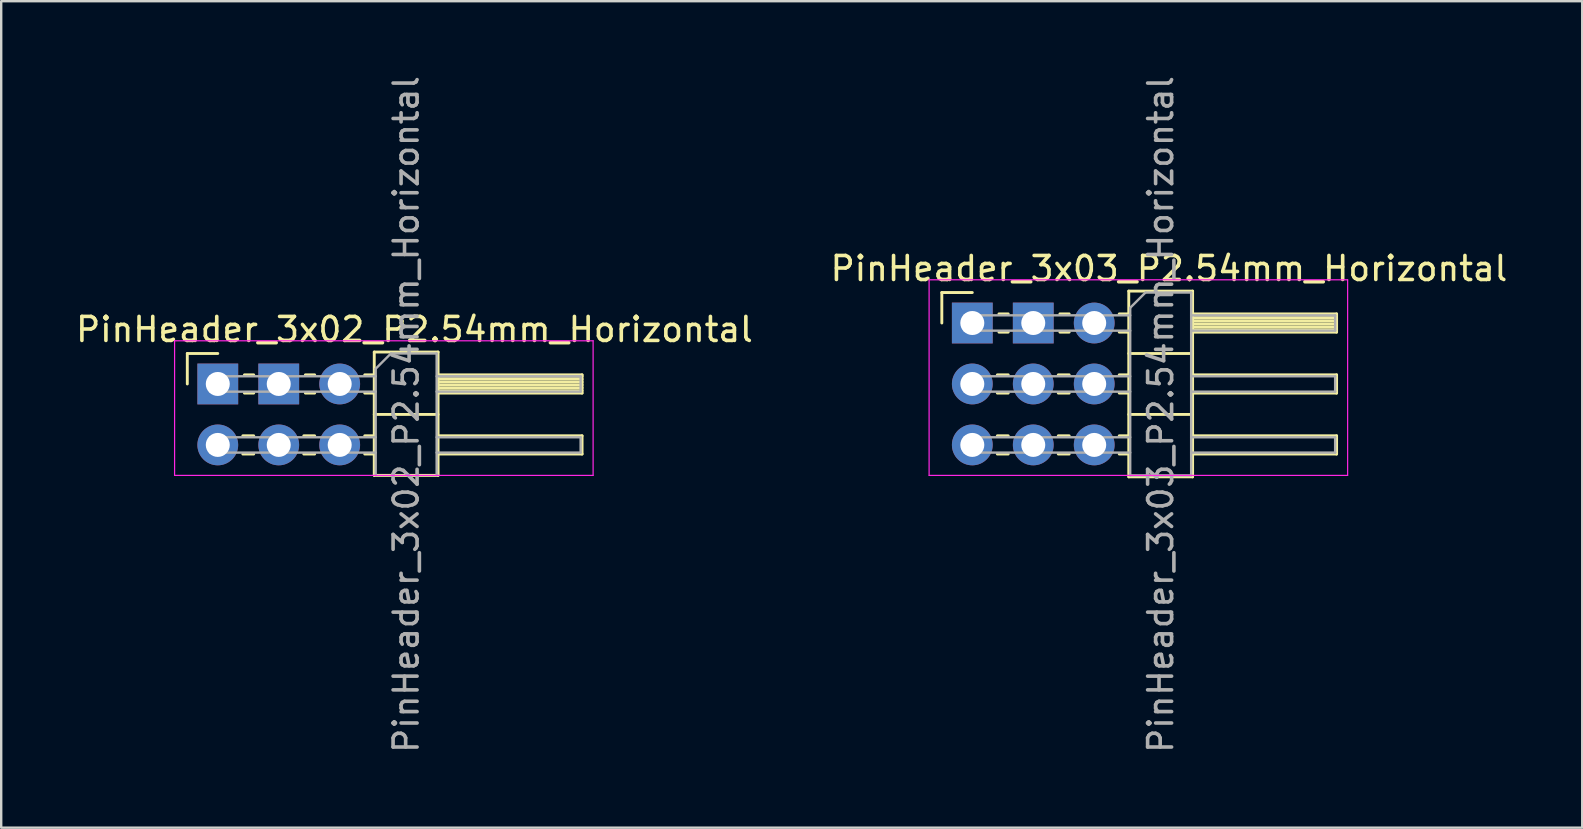
<source format=kicad_pcb>
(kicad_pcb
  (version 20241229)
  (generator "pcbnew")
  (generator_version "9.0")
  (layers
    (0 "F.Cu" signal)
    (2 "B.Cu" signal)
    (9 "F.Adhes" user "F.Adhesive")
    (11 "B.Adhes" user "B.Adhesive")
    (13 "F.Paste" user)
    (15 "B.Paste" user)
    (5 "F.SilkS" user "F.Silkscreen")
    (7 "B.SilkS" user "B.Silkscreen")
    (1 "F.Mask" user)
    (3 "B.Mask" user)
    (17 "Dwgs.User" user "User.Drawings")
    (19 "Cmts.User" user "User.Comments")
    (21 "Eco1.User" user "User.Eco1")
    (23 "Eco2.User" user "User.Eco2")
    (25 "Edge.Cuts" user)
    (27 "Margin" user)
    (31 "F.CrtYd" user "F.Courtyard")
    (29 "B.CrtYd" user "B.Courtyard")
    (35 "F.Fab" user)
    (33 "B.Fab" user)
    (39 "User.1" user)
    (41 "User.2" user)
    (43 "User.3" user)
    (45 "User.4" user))
  (footprint "PinHeader_3x03_P2.54mm_Horizontal"
    (layer "F.Cu")
    (at 37.466 10.41)
    (property "Reference" "PinHeader_3x03_P2.54mm_Horizontal" (at 8.195 -2.27 0) (layer "F.SilkS") (effects (font (size 1 1) (thickness 0.15))))
    (attr through_hole)
    (fp_line (start -1.27 -1.27) (end 0 -1.27) (stroke (width 0.12) (type solid)) (layer "F.SilkS"))
    (fp_line (start -1.27 0) (end -1.27 -1.27) (stroke (width 0.12) (type solid)) (layer "F.SilkS"))
    (fp_line (start 1.043 2.16) (end 1.497 2.16) (stroke (width 0.12) (type solid)) (layer "F.SilkS"))
    (fp_line (start 1.043 2.92) (end 1.497 2.92) (stroke (width 0.12) (type solid)) (layer "F.SilkS"))
    (fp_line (start 1.043 4.7) (end 1.497 4.7) (stroke (width 0.12) (type solid)) (layer "F.SilkS"))
    (fp_line (start 1.043 5.46) (end 1.497 5.46) (stroke (width 0.12) (type solid)) (layer "F.SilkS"))
    (fp_line (start 1.11 -0.38) (end 1.497 -0.38) (stroke (width 0.12) (type solid)) (layer "F.SilkS"))
    (fp_line (start 1.11 0.38) (end 1.497 0.38) (stroke (width 0.12) (type solid)) (layer "F.SilkS"))
    (fp_line (start 3.583 2.16) (end 4.037 2.16) (stroke (width 0.12) (type solid)) (layer "F.SilkS"))
    (fp_line (start 3.583 2.92) (end 4.037 2.92) (stroke (width 0.12) (type solid)) (layer "F.SilkS"))
    (fp_line (start 3.583 4.7) (end 4.037 4.7) (stroke (width 0.12) (type solid)) (layer "F.SilkS"))
    (fp_line (start 3.583 5.46) (end 4.037 5.46) (stroke (width 0.12) (type solid)) (layer "F.SilkS"))
    (fp_line (start 3.65 -0.38) (end 4.037 -0.38) (stroke (width 0.12) (type solid)) (layer "F.SilkS"))
    (fp_line (start 3.65 0.38) (end 4.037 0.38) (stroke (width 0.12) (type solid)) (layer "F.SilkS"))
    (fp_line (start 6.123 -0.38) (end 6.52 -0.38) (stroke (width 0.12) (type solid)) (layer "F.SilkS"))
    (fp_line (start 6.123 0.38) (end 6.52 0.38) (stroke (width 0.12) (type solid)) (layer "F.SilkS"))
    (fp_line (start 6.123 2.16) (end 6.52 2.16) (stroke (width 0.12) (type solid)) (layer "F.SilkS"))
    (fp_line (start 6.123 2.92) (end 6.52 2.92) (stroke (width 0.12) (type solid)) (layer "F.SilkS"))
    (fp_line (start 6.123 4.7) (end 6.52 4.7) (stroke (width 0.12) (type solid)) (layer "F.SilkS"))
    (fp_line (start 6.123 5.46) (end 6.52 5.46) (stroke (width 0.12) (type solid)) (layer "F.SilkS"))
    (fp_line (start 6.52 -1.33) (end 6.52 6.41) (stroke (width 0.12) (type solid)) (layer "F.SilkS"))
    (fp_line (start 6.52 1.27) (end 9.18 1.27) (stroke (width 0.12) (type solid)) (layer "F.SilkS"))
    (fp_line (start 6.52 3.81) (end 9.18 3.81) (stroke (width 0.12) (type solid)) (layer "F.SilkS"))
    (fp_line (start 6.52 6.41) (end 9.18 6.41) (stroke (width 0.12) (type solid)) (layer "F.SilkS"))
    (fp_line (start 9.18 -1.33) (end 6.52 -1.33) (stroke (width 0.12) (type solid)) (layer "F.SilkS"))
    (fp_line (start 9.18 -0.38) (end 15.18 -0.38) (stroke (width 0.12) (type solid)) (layer "F.SilkS"))
    (fp_line (start 9.18 -0.32) (end 15.18 -0.32) (stroke (width 0.12) (type solid)) (layer "F.SilkS"))
    (fp_line (start 9.18 -0.2) (end 15.18 -0.2) (stroke (width 0.12) (type solid)) (layer "F.SilkS"))
    (fp_line (start 9.18 -0.08) (end 15.18 -0.08) (stroke (width 0.12) (type solid)) (layer "F.SilkS"))
    (fp_line (start 9.18 0.04) (end 15.18 0.04) (stroke (width 0.12) (type solid)) (layer "F.SilkS"))
    (fp_line (start 9.18 0.16) (end 15.18 0.16) (stroke (width 0.12) (type solid)) (layer "F.SilkS"))
    (fp_line (start 9.18 0.28) (end 15.18 0.28) (stroke (width 0.12) (type solid)) (layer "F.SilkS"))
    (fp_line (start 9.18 2.16) (end 15.18 2.16) (stroke (width 0.12) (type solid)) (layer "F.SilkS"))
    (fp_line (start 9.18 4.7) (end 15.18 4.7) (stroke (width 0.12) (type solid)) (layer "F.SilkS"))
    (fp_line (start 9.18 6.41) (end 9.18 -1.33) (stroke (width 0.12) (type solid)) (layer "F.SilkS"))
    (fp_line (start 15.18 -0.38) (end 15.18 0.38) (stroke (width 0.12) (type solid)) (layer "F.SilkS"))
    (fp_line (start 15.18 0.38) (end 9.18 0.38) (stroke (width 0.12) (type solid)) (layer "F.SilkS"))
    (fp_line (start 15.18 2.16) (end 15.18 2.92) (stroke (width 0.12) (type solid)) (layer "F.SilkS"))
    (fp_line (start 15.18 2.92) (end 9.18 2.92) (stroke (width 0.12) (type solid)) (layer "F.SilkS"))
    (fp_line (start 15.18 4.7) (end 15.18 5.46) (stroke (width 0.12) (type solid)) (layer "F.SilkS"))
    (fp_line (start 15.18 5.46) (end 9.18 5.46) (stroke (width 0.12) (type solid)) (layer "F.SilkS"))
    (fp_line (start -1.8 -1.8) (end -1.8 6.35) (stroke (width 0.05) (type solid)) (layer "F.CrtYd"))
    (fp_line (start -1.8 6.35) (end 15.64 6.35) (stroke (width 0.05) (type solid)) (layer "F.CrtYd"))
    (fp_line (start 15.64 -1.8) (end -1.8 -1.8) (stroke (width 0.05) (type solid)) (layer "F.CrtYd"))
    (fp_line (start 15.64 6.35) (end 15.64 -1.8) (stroke (width 0.05) (type solid)) (layer "F.CrtYd"))
    (fp_line (start -0.32 -0.32) (end -0.32 0.32) (stroke (width 0.1) (type solid)) (layer "F.Fab"))
    (fp_line (start -0.32 -0.32) (end 6.58 -0.32) (stroke (width 0.1) (type solid)) (layer "F.Fab"))
    (fp_line (start -0.32 0.32) (end 6.58 0.32) (stroke (width 0.1) (type solid)) (layer "F.Fab"))
    (fp_line (start -0.32 2.22) (end -0.32 2.86) (stroke (width 0.1) (type solid)) (layer "F.Fab"))
    (fp_line (start -0.32 2.22) (end 6.58 2.22) (stroke (width 0.1) (type solid)) (layer "F.Fab"))
    (fp_line (start -0.32 2.86) (end 6.58 2.86) (stroke (width 0.1) (type solid)) (layer "F.Fab"))
    (fp_line (start -0.32 4.76) (end -0.32 5.4) (stroke (width 0.1) (type solid)) (layer "F.Fab"))
    (fp_line (start -0.32 4.76) (end 6.58 4.76) (stroke (width 0.1) (type solid)) (layer "F.Fab"))
    (fp_line (start -0.32 5.4) (end 6.58 5.4) (stroke (width 0.1) (type solid)) (layer "F.Fab"))
    (fp_line (start 2.22 -0.32) (end 2.22 0.32) (stroke (width 0.1) (type solid)) (layer "F.Fab"))
    (fp_line (start 2.22 2.22) (end 2.22 2.86) (stroke (width 0.1) (type solid)) (layer "F.Fab"))
    (fp_line (start 2.22 4.76) (end 2.22 5.4) (stroke (width 0.1) (type solid)) (layer "F.Fab"))
    (fp_line (start 6.58 -0.635) (end 7.215 -1.27) (stroke (width 0.1) (type solid)) (layer "F.Fab"))
    (fp_line (start 6.58 6.35) (end 6.58 -0.635) (stroke (width 0.1) (type solid)) (layer "F.Fab"))
    (fp_line (start 7.215 -1.27) (end 9.12 -1.27) (stroke (width 0.1) (type solid)) (layer "F.Fab"))
    (fp_line (start 9.12 -1.27) (end 9.12 6.35) (stroke (width 0.1) (type solid)) (layer "F.Fab"))
    (fp_line (start 9.12 -0.32) (end 15.12 -0.32) (stroke (width 0.1) (type solid)) (layer "F.Fab"))
    (fp_line (start 9.12 0.32) (end 15.12 0.32) (stroke (width 0.1) (type solid)) (layer "F.Fab"))
    (fp_line (start 9.12 2.22) (end 15.12 2.22) (stroke (width 0.1) (type solid)) (layer "F.Fab"))
    (fp_line (start 9.12 2.86) (end 15.12 2.86) (stroke (width 0.1) (type solid)) (layer "F.Fab"))
    (fp_line (start 9.12 4.76) (end 15.12 4.76) (stroke (width 0.1) (type solid)) (layer "F.Fab"))
    (fp_line (start 9.12 5.4) (end 15.12 5.4) (stroke (width 0.1) (type solid)) (layer "F.Fab"))
    (fp_line (start 9.12 6.35) (end 6.58 6.35) (stroke (width 0.1) (type solid)) (layer "F.Fab"))
    (fp_line (start 15.12 -0.32) (end 15.12 0.32) (stroke (width 0.1) (type solid)) (layer "F.Fab"))
    (fp_line (start 15.12 2.22) (end 15.12 2.86) (stroke (width 0.1) (type solid)) (layer "F.Fab"))
    (fp_line (start 15.12 4.76) (end 15.12 5.4) (stroke (width 0.1) (type solid)) (layer "F.Fab"))
    (fp_text user "${REFERENCE}" (at 7.85 3.81 90) (layer "F.Fab") (effects (font (size 1 1) (thickness 0.15))))
    (pad "a1" thru_hole rect (at 0 0) (size 1.7 1.7) (drill 1) (layers "*.Cu" "*.Mask"))
    (pad "a2" thru_hole oval (at 0 2.54) (size 1.7 1.7) (drill 1) (layers "*.Cu" "*.Mask"))
    (pad "a3" thru_hole oval (at 0 5.08) (size 1.7 1.7) (drill 1) (layers "*.Cu" "*.Mask"))
    (pad "b1" thru_hole rect (at 2.54 0) (size 1.7 1.7) (drill 1) (layers "*.Cu" "*.Mask"))
    (pad "b2" thru_hole oval (at 2.54 2.54) (size 1.7 1.7) (drill 1) (layers "*.Cu" "*.Mask"))
    (pad "b3" thru_hole oval (at 2.54 5.08) (size 1.7 1.7) (drill 1) (layers "*.Cu" "*.Mask"))
    (pad "c1" thru_hole oval (at 5.08 0) (size 1.7 1.7) (drill 1) (layers "*.Cu" "*.Mask"))
    (pad "c2" thru_hole oval (at 5.08 2.54) (size 1.7 1.7) (drill 1) (layers "*.Cu" "*.Mask"))
    (pad "c3" thru_hole oval (at 5.08 5.08) (size 1.7 1.7) (drill 1) (layers "*.Cu" "*.Mask")))
  (footprint "PinHeader_3x02_P2.54mm_Horizontal"
    (layer "F.Cu")
    (at 6.025 12.95)
    (property "Reference" "PinHeader_3x02_P2.54mm_Horizontal" (at 8.195 -2.27 0) (layer "F.SilkS") (effects (font (size 1 1) (thickness 0.15))))
    (attr through_hole)
    (fp_line (start -1.27 -1.27) (end 0 -1.27) (stroke (width 0.12) (type solid)) (layer "F.SilkS"))
    (fp_line (start -1.27 0) (end -1.27 -1.27) (stroke (width 0.12) (type solid)) (layer "F.SilkS"))
    (fp_line (start 1.043 2.16) (end 1.497 2.16) (stroke (width 0.12) (type solid)) (layer "F.SilkS"))
    (fp_line (start 1.043 2.92) (end 1.497 2.92) (stroke (width 0.12) (type solid)) (layer "F.SilkS"))
    (fp_line (start 1.11 -0.38) (end 1.497 -0.38) (stroke (width 0.12) (type solid)) (layer "F.SilkS"))
    (fp_line (start 1.11 0.38) (end 1.497 0.38) (stroke (width 0.12) (type solid)) (layer "F.SilkS"))
    (fp_line (start 3.583 2.16) (end 4.037 2.16) (stroke (width 0.12) (type solid)) (layer "F.SilkS"))
    (fp_line (start 3.583 2.92) (end 4.037 2.92) (stroke (width 0.12) (type solid)) (layer "F.SilkS"))
    (fp_line (start 3.65 -0.38) (end 4.037 -0.38) (stroke (width 0.12) (type solid)) (layer "F.SilkS"))
    (fp_line (start 3.65 0.38) (end 4.037 0.38) (stroke (width 0.12) (type solid)) (layer "F.SilkS"))
    (fp_line (start 6.123 -0.38) (end 6.52 -0.38) (stroke (width 0.12) (type solid)) (layer "F.SilkS"))
    (fp_line (start 6.123 0.38) (end 6.52 0.38) (stroke (width 0.12) (type solid)) (layer "F.SilkS"))
    (fp_line (start 6.123 2.16) (end 6.52 2.16) (stroke (width 0.12) (type solid)) (layer "F.SilkS"))
    (fp_line (start 6.123 2.92) (end 6.52 2.92) (stroke (width 0.12) (type solid)) (layer "F.SilkS"))
    (fp_line (start 6.52 -1.33) (end 6.52 3.81) (stroke (width 0.12) (type solid)) (layer "F.SilkS"))
    (fp_line (start 6.52 1.27) (end 9.18 1.27) (stroke (width 0.12) (type solid)) (layer "F.SilkS"))
    (fp_line (start 6.52 3.81) (end 9.18 3.81) (stroke (width 0.12) (type solid)) (layer "F.SilkS"))
    (fp_line (start 9.18 -1.33) (end 6.52 -1.33) (stroke (width 0.12) (type solid)) (layer "F.SilkS"))
    (fp_line (start 9.18 -0.38) (end 15.18 -0.38) (stroke (width 0.12) (type solid)) (layer "F.SilkS"))
    (fp_line (start 9.18 -0.32) (end 15.18 -0.32) (stroke (width 0.12) (type solid)) (layer "F.SilkS"))
    (fp_line (start 9.18 -0.2) (end 15.18 -0.2) (stroke (width 0.12) (type solid)) (layer "F.SilkS"))
    (fp_line (start 9.18 -0.08) (end 15.18 -0.08) (stroke (width 0.12) (type solid)) (layer "F.SilkS"))
    (fp_line (start 9.18 0.04) (end 15.18 0.04) (stroke (width 0.12) (type solid)) (layer "F.SilkS"))
    (fp_line (start 9.18 0.16) (end 15.18 0.16) (stroke (width 0.12) (type solid)) (layer "F.SilkS"))
    (fp_line (start 9.18 0.28) (end 15.18 0.28) (stroke (width 0.12) (type solid)) (layer "F.SilkS"))
    (fp_line (start 9.18 2.16) (end 15.18 2.16) (stroke (width 0.12) (type solid)) (layer "F.SilkS"))
    (fp_line (start 9.18 3.81) (end 9.18 -1.33) (stroke (width 0.12) (type solid)) (layer "F.SilkS"))
    (fp_line (start 15.18 -0.38) (end 15.18 0.38) (stroke (width 0.12) (type solid)) (layer "F.SilkS"))
    (fp_line (start 15.18 0.38) (end 9.18 0.38) (stroke (width 0.12) (type solid)) (layer "F.SilkS"))
    (fp_line (start 15.18 2.16) (end 15.18 2.92) (stroke (width 0.12) (type solid)) (layer "F.SilkS"))
    (fp_line (start 15.18 2.92) (end 9.18 2.92) (stroke (width 0.12) (type solid)) (layer "F.SilkS"))
    (fp_line (start -1.8 -1.8) (end -1.8 3.81) (stroke (width 0.05) (type solid)) (layer "F.CrtYd"))
    (fp_line (start 15.64 -1.8) (end -1.8 -1.8) (stroke (width 0.05) (type solid)) (layer "F.CrtYd"))
    (fp_line (start 15.64 3.81) (end -1.8 3.81) (stroke (width 0.05) (type solid)) (layer "F.CrtYd"))
    (fp_line (start 15.64 3.81) (end 15.64 -1.8) (stroke (width 0.05) (type solid)) (layer "F.CrtYd"))
    (fp_line (start -0.32 -0.32) (end -0.32 0.32) (stroke (width 0.1) (type solid)) (layer "F.Fab"))
    (fp_line (start -0.32 -0.32) (end 6.58 -0.32) (stroke (width 0.1) (type solid)) (layer "F.Fab"))
    (fp_line (start -0.32 0.32) (end 6.58 0.32) (stroke (width 0.1) (type solid)) (layer "F.Fab"))
    (fp_line (start -0.32 2.22) (end -0.32 2.86) (stroke (width 0.1) (type solid)) (layer "F.Fab"))
    (fp_line (start -0.32 2.22) (end 6.58 2.22) (stroke (width 0.1) (type solid)) (layer "F.Fab"))
    (fp_line (start -0.32 2.86) (end 6.58 2.86) (stroke (width 0.1) (type solid)) (layer "F.Fab"))
    (fp_line (start 2.22 -0.32) (end 2.22 0.32) (stroke (width 0.1) (type solid)) (layer "F.Fab"))
    (fp_line (start 2.22 2.22) (end 2.22 2.86) (stroke (width 0.1) (type solid)) (layer "F.Fab"))
    (fp_line (start 6.58 -0.635) (end 7.215 -1.27) (stroke (width 0.1) (type solid)) (layer "F.Fab"))
    (fp_line (start 6.58 3.81) (end 6.58 -0.635) (stroke (width 0.1) (type solid)) (layer "F.Fab"))
    (fp_line (start 7.215 -1.27) (end 9.12 -1.27) (stroke (width 0.1) (type solid)) (layer "F.Fab"))
    (fp_line (start 9.12 -1.27) (end 9.12 3.81) (stroke (width 0.1) (type solid)) (layer "F.Fab"))
    (fp_line (start 9.12 -0.32) (end 15.12 -0.32) (stroke (width 0.1) (type solid)) (layer "F.Fab"))
    (fp_line (start 9.12 0.32) (end 15.12 0.32) (stroke (width 0.1) (type solid)) (layer "F.Fab"))
    (fp_line (start 9.12 2.22) (end 15.12 2.22) (stroke (width 0.1) (type solid)) (layer "F.Fab"))
    (fp_line (start 9.12 2.86) (end 15.12 2.86) (stroke (width 0.1) (type solid)) (layer "F.Fab"))
    (fp_line (start 15.12 -0.32) (end 15.12 0.32) (stroke (width 0.1) (type solid)) (layer "F.Fab"))
    (fp_line (start 15.12 2.22) (end 15.12 2.86) (stroke (width 0.1) (type solid)) (layer "F.Fab"))
    (fp_text user "${REFERENCE}" (at 7.85 1.27 90) (layer "F.Fab") (effects (font (size 1 1) (thickness 0.15))))
    (pad "a1" thru_hole rect (at 0 0) (size 1.7 1.7) (drill 1) (layers "*.Cu" "*.Mask"))
    (pad "a2" thru_hole oval (at 0 2.54) (size 1.7 1.7) (drill 1) (layers "*.Cu" "*.Mask"))
    (pad "b1" thru_hole rect (at 2.54 0) (size 1.7 1.7) (drill 1) (layers "*.Cu" "*.Mask"))
    (pad "b2" thru_hole oval (at 2.54 2.54) (size 1.7 1.7) (drill 1) (layers "*.Cu" "*.Mask"))
    (pad "c1" thru_hole oval (at 5.08 0) (size 1.7 1.7) (drill 1) (layers "*.Cu" "*.Mask"))
    (pad "c2" thru_hole oval (at 5.08 2.54) (size 1.7 1.7) (drill 1) (layers "*.Cu" "*.Mask")))
  (gr_rect
    (start -3 -3)
    (end 62.881 31.44)
    (stroke (width 0.1) (type default))
    (fill no)
    (layer "Edge.Cuts")))
</source>
